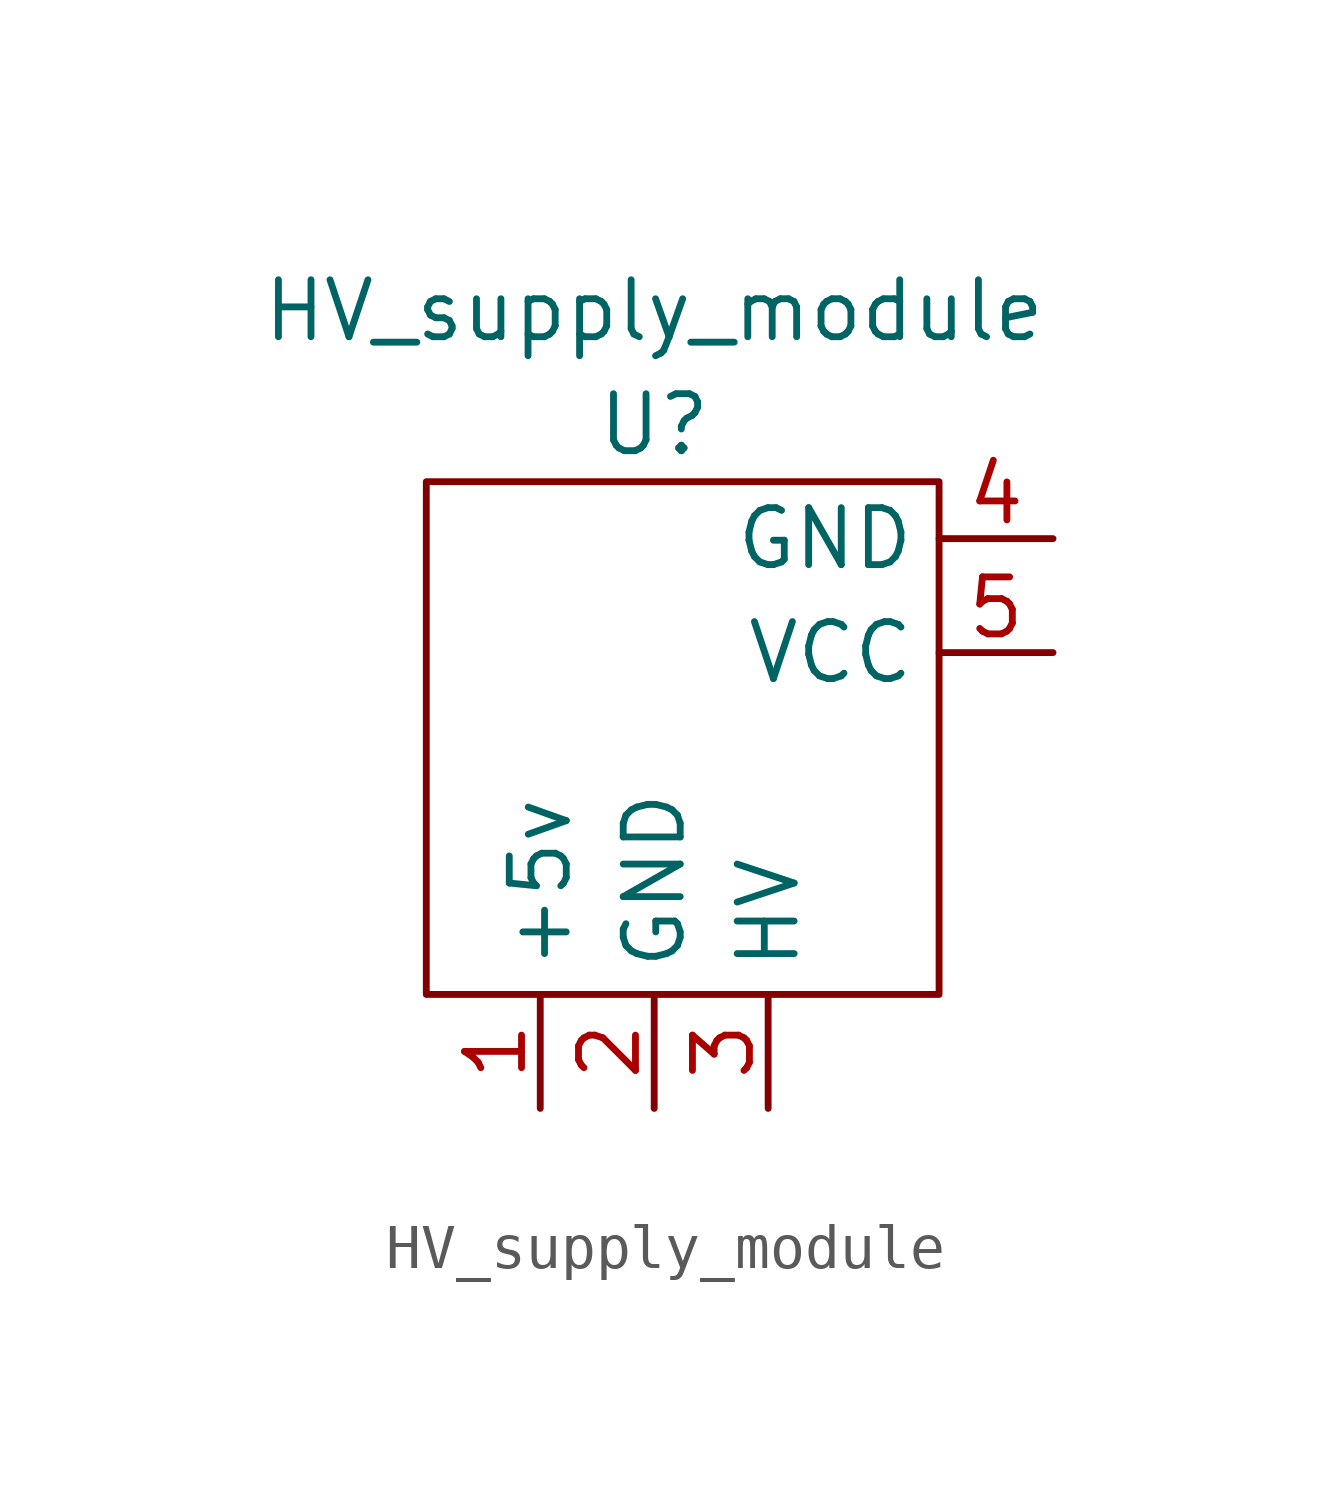
<source format=kicad_sym>
(kicad_symbol_lib
  (version 20211014)
  (generator kicad_symbol_editor)
  (symbol "HV_supply_module"
    (property "Reference" "U"
      (at 5.08 12.7 0)
      (effects (font (size 1.27 1.27))))
    (property "Value" "HV_supply_module"
      (at 5.08 15.24 0)
      (effects (font (size 1.27 1.27))))
    (symbol "HV_supply_module_0_1"
      (rectangle (start 0 0) (end 11.43 11.43) (stroke (width 0) (type default) (color 0 0 0 0)) (fill (type none))))
    (symbol "HV_supply_module_1_1"
      (pin output line (at 2.54 -2.54 90) (length 2.54) (name "+5v" (effects (font (size 1.27 1.27)))) (number "1" (effects (font (size 1.27 1.27)))))
      (pin bidirectional line (at 5.08 -2.54 90) (length 2.54) (name "GND" (effects (font (size 1.27 1.27)))) (number "2" (effects (font (size 1.27 1.27)))))
      (pin output line (at 7.62 -2.54 90) (length 2.54) (name "HV" (effects (font (size 1.27 1.27)))) (number "3" (effects (font (size 1.27 1.27)))))
      (pin input line (at 13.97 10.16 180) (length 2.54) (name "GND" (effects (font (size 1.27 1.27)))) (number "4" (effects (font (size 1.27 1.27)))))
      (pin input line (at 13.97 7.62 180) (length 2.54) (name "VCC" (effects (font (size 1.27 1.27)))) (number "5" (effects (font (size 1.27 1.27))))))))
</source>
